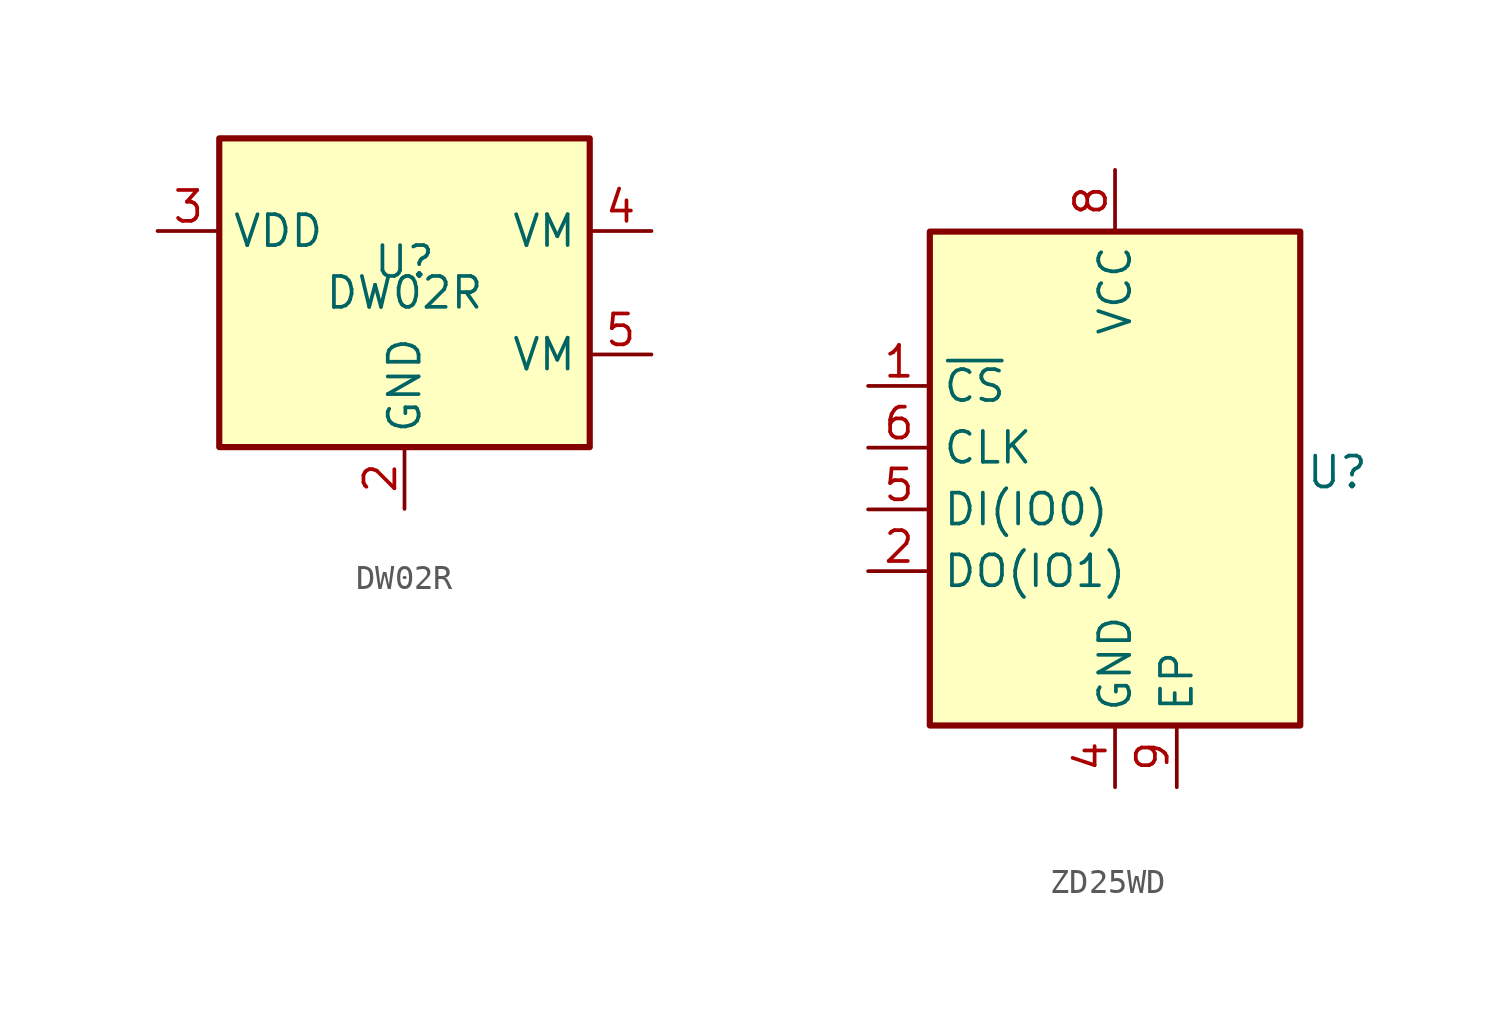
<source format=kicad_sym>
(kicad_symbol_lib
  (version 20241209)
  (generator "kicad_symbol_editor")
  (generator_version "9.0")
  (symbol "DW02R"
    (property "Reference" "U"
      (at 0 1.27 0)
      (effects (font (size 1.27 1.27))))
    (property "Value" "DW02R"
      (at 0 0 0)
      (effects (font (size 1.27 1.27))))
    (symbol "DW02R_0_1"
      (rectangle (start -7.62 6.35) (end 7.62 -6.35) (stroke (width 0.254) (type default)) (fill (type background))))
    (symbol "DW02R_1_1"
      (pin power_in line (at -10.16 2.54 0) (length 2.54) (name "VDD" (effects (font (size 1.27 1.27)))) (number "3" (effects (font (size 1.27 1.27)))))
      (pin no_connect line (at -10.16 -2.54 0) (length 2.54) (hide yes) (name "NC" (effects (font (size 1.27 1.27)))) (number "1" (effects (font (size 1.27 1.27)))))
      (pin passive line (at 0 -8.89 90) (length 2.54) (name "GND" (effects (font (size 1.27 1.27)))) (number "2" (effects (font (size 1.27 1.27)))))
      (pin power_in line (at 10.16 2.54 180) (length 2.54) (name "VM" (effects (font (size 1.27 1.27)))) (number "4" (effects (font (size 1.27 1.27)))))
      (pin power_in line (at 10.16 -2.54 180) (length 2.54) (name "VM" (effects (font (size 1.27 1.27)))) (number "5" (effects (font (size 1.27 1.27)))))))
  (symbol "ZD25WD"
    (property "Reference" "U"
      (at 9.144 0.254 0)
      (effects (font (size 1.27 1.27))))
    (property "Value" ""
      (at 0 0 0)
      (effects (font (size 1.27 1.27))))
    (symbol "ZD25WD_0_1"
      (rectangle (start -7.62 10.16) (end 7.62 -10.16) (stroke (width 0.254) (type default)) (fill (type background))))
    (symbol "ZD25WD_1_1"
      (pin input line (at -10.16 3.81 0) (length 2.54) (name "~{CS}" (effects (font (size 1.27 1.27)))) (number "1" (effects (font (size 1.27 1.27)))))
      (pin input line (at -10.16 1.27 0) (length 2.54) (name "CLK" (effects (font (size 1.27 1.27)))) (number "6" (effects (font (size 1.27 1.27)))))
      (pin bidirectional line (at -10.16 -1.27 0) (length 2.54) (name "DI(IO0)" (effects (font (size 1.27 1.27)))) (number "5" (effects (font (size 1.27 1.27)))))
      (pin bidirectional line (at -10.16 -3.81 0) (length 2.54) (name "DO(IO1)" (effects (font (size 1.27 1.27)))) (number "2" (effects (font (size 1.27 1.27)))))
      (pin power_in line (at 0 12.7 270) (length 2.54) (name "VCC" (effects (font (size 1.27 1.27)))) (number "8" (effects (font (size 1.27 1.27)))))
      (pin power_in line (at 0 -12.7 90) (length 2.54) (name "GND" (effects (font (size 1.27 1.27)))) (number "4" (effects (font (size 1.27 1.27)))))
      (pin passive line (at 2.54 -12.7 90) (length 2.54) (name "EP" (effects (font (size 1.27 1.27)))) (number "9" (effects (font (size 1.27 1.27))))))))
</source>
